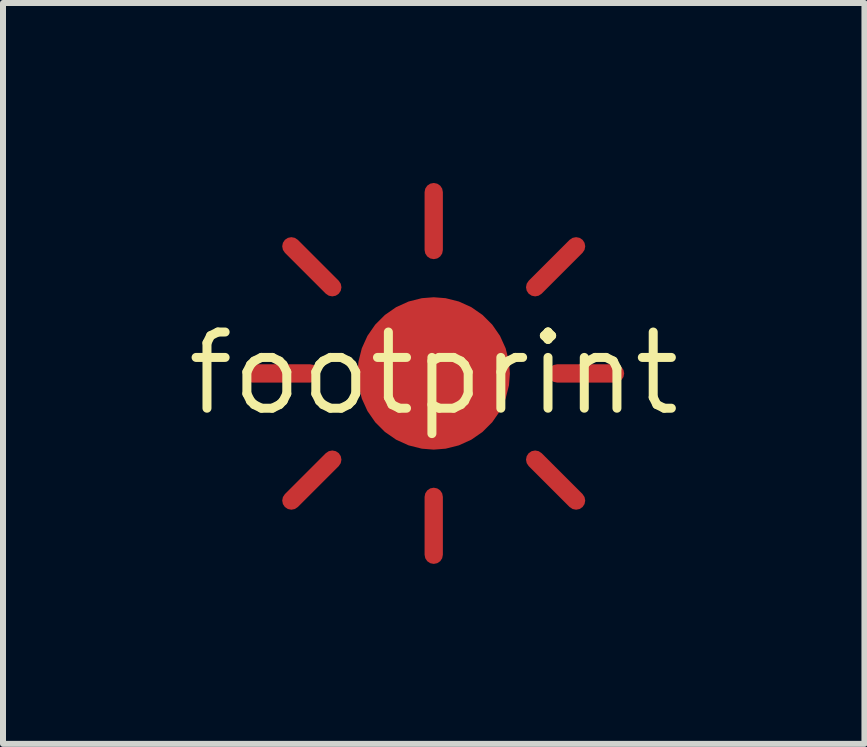
<source format=kicad_pcb>
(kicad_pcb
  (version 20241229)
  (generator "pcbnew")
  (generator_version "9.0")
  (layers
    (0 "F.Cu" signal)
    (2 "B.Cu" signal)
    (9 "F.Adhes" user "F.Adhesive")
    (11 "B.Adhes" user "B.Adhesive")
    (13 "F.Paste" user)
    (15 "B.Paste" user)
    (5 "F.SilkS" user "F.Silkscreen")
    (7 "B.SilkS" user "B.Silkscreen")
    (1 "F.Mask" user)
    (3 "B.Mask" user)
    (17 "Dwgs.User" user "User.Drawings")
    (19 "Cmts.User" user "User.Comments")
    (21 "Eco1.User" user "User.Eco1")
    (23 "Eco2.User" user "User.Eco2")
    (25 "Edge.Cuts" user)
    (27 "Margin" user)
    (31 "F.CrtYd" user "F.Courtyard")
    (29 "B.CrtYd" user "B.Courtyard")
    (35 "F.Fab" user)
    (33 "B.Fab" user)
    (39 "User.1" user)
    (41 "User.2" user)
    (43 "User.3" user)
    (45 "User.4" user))
  (footprint "footprint"
    (layer "F.Cu")
    (at 4.18 3.175)
    (property "Reference" "footprint" (at 0 0 0) (layer "F.SilkS") (effects (font (size 1.27 1.27) (thickness 0.15))))
    (pad "P$1" smd roundrect (at 0 0) (size 2.54 2.54) (layers "F.Cu" "F.Mask" "F.Paste") (roundrect_rratio 0.5))
    (pad "P$2" smd roundrect (at 0 -2.54 90) (size 1.27 0.305) (layers "F.Cu" "F.Mask" "F.Paste") (roundrect_rratio 0.5))
    (pad "P$3" smd roundrect (at 0 2.54 90) (size 1.27 0.305) (layers "F.Cu" "F.Mask" "F.Paste") (roundrect_rratio 0.5))
    (pad "P$4" smd roundrect (at 2.54 0 180) (size 1.27 0.305) (layers "F.Cu" "F.Mask" "F.Paste") (roundrect_rratio 0.5))
    (pad "P$5" smd roundrect (at -2.54 0 180) (size 1.27 0.305) (layers "F.Cu" "F.Mask" "F.Paste") (roundrect_rratio 0.5))
    (pad "P$6" smd roundrect (at 2.032 -1.778 45) (size 1.27 0.305) (layers "F.Cu" "F.Mask" "F.Paste") (roundrect_rratio 0.5))
    (pad "P$7" smd roundrect (at 2.032 1.778 135) (size 1.27 0.305) (layers "F.Cu" "F.Mask" "F.Paste") (roundrect_rratio 0.5))
    (pad "P$8" smd roundrect (at -2.032 1.778 225) (size 1.27 0.305) (layers "F.Cu" "F.Mask" "F.Paste") (roundrect_rratio 0.5))
    (pad "P$9" smd roundrect (at -2.032 -1.778 315) (size 1.27 0.305) (layers "F.Cu" "F.Mask" "F.Paste") (roundrect_rratio 0.5)))
  (gr_rect
    (start -3 -3)
    (end 11.36 9.35)
    (stroke (width 0.1) (type default))
    (fill no)
    (layer "Edge.Cuts")))
</source>
